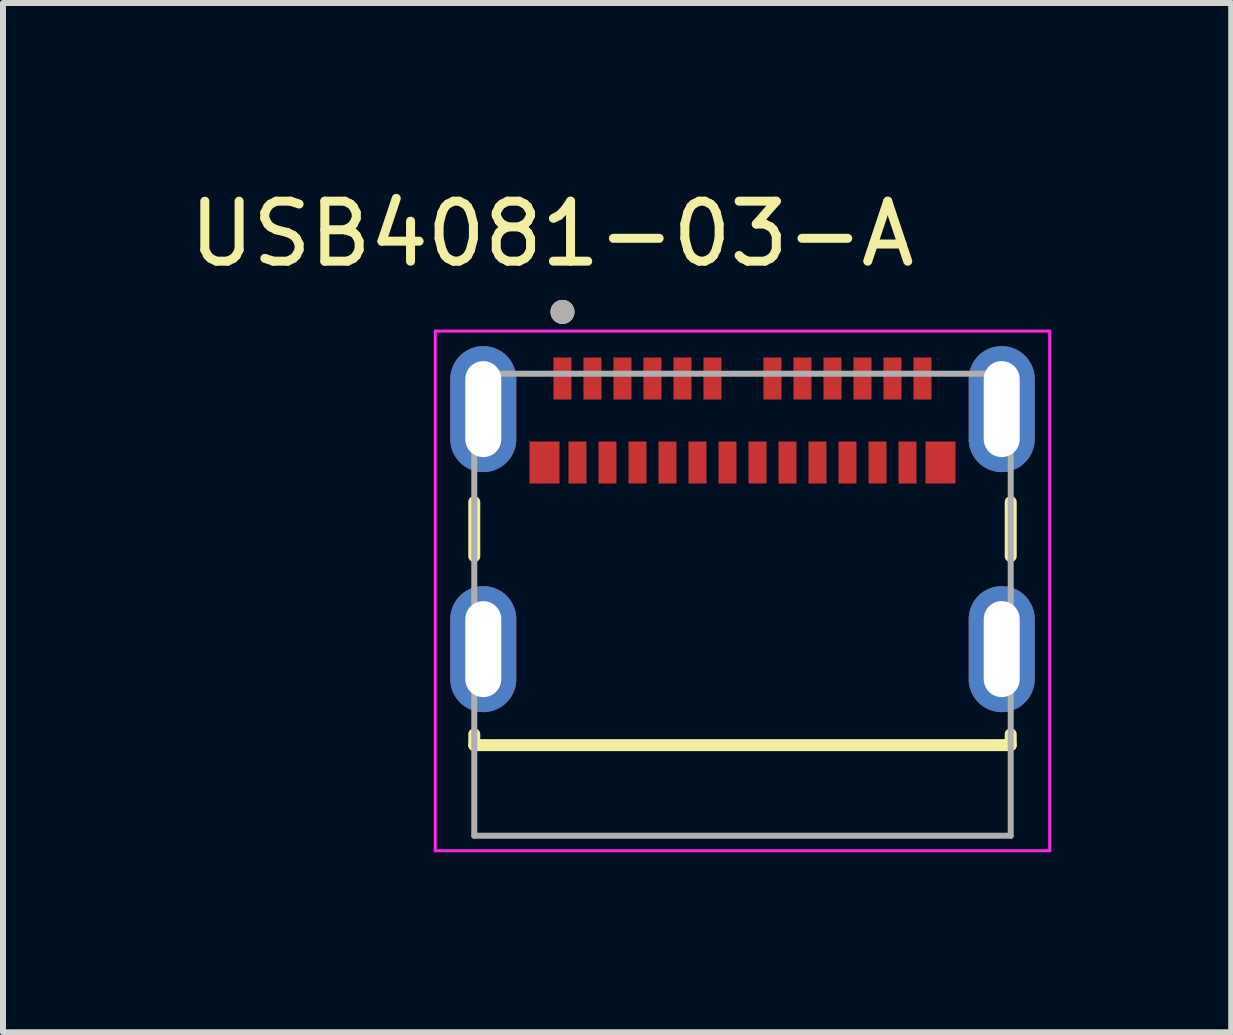
<source format=kicad_pcb>
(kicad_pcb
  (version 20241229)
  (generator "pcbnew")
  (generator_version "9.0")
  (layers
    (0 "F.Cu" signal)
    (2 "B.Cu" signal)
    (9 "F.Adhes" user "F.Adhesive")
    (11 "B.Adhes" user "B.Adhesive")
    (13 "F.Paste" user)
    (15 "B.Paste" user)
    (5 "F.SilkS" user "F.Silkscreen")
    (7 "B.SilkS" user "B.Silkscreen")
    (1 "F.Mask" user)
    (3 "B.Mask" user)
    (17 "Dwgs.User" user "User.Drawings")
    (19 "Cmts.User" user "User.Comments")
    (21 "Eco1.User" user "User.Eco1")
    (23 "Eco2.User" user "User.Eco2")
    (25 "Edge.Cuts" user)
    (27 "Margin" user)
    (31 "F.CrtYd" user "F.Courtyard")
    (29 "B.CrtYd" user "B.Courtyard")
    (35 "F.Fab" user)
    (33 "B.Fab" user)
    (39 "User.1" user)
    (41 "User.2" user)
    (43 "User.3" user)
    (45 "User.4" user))
  (footprint "USB4081-03-A"
    (layer "F.Cu")
    (at 9.324 7.198)
    (property "Reference" "USB4081-03-A" (at -3.175 -6.35 0) (layer "F.SilkS") (effects (font (size 1 1) (thickness 0.15))))
    (attr smd)
    (fp_line (start -4.47 -1.88) (end -4.47 -0.98) (stroke (width 0.2) (type solid)) (layer "F.SilkS"))
    (fp_line (start -4.47 2.17) (end -4.47 1.99) (stroke (width 0.2) (type solid)) (layer "F.SilkS"))
    (fp_line (start 4.47 -1.88) (end 4.47 -0.98) (stroke (width 0.2) (type solid)) (layer "F.SilkS"))
    (fp_line (start 4.47 2.17) (end -4.47 2.17) (stroke (width 0.2) (type solid)) (layer "F.SilkS"))
    (fp_line (start 4.47 2.17) (end 4.47 1.99) (stroke (width 0.2) (type solid)) (layer "F.SilkS"))
    (fp_circle (center -3 -5.05) (end -2.9 -5.05) (stroke (width 0.2) (type solid)) (fill no) (layer "F.SilkS"))
    (fp_line (start -5.12 -4.73) (end -5.12 3.93) (stroke (width 0.05) (type solid)) (layer "F.CrtYd"))
    (fp_line (start -5.12 3.93) (end 5.12 3.93) (stroke (width 0.05) (type solid)) (layer "F.CrtYd"))
    (fp_line (start 5.12 -4.73) (end -5.12 -4.73) (stroke (width 0.05) (type solid)) (layer "F.CrtYd"))
    (fp_line (start 5.12 3.93) (end 5.12 -4.73) (stroke (width 0.05) (type solid)) (layer "F.CrtYd"))
    (fp_line (start -4.47 -4.02) (end 4.47 -4.02) (stroke (width 0.1) (type solid)) (layer "F.Fab"))
    (fp_line (start -4.47 3.68) (end -4.47 -4.02) (stroke (width 0.1) (type solid)) (layer "F.Fab"))
    (fp_line (start 4.47 -4.02) (end 4.47 3.68) (stroke (width 0.1) (type solid)) (layer "F.Fab"))
    (fp_line (start 4.47 3.68) (end -4.47 3.68) (stroke (width 0.1) (type solid)) (layer "F.Fab"))
    (fp_circle (center -3 -5.05) (end -2.9 -5.05) (stroke (width 0.2) (type solid)) (fill no) (layer "F.Fab"))
    (pad "A1" smd rect (at -3 -3.94) (size 0.3 0.7) (layers "F.Cu" "F.Mask" "F.Paste"))
    (pad "A2" smd rect (at -2.5 -3.94) (size 0.3 0.7) (layers "F.Cu" "F.Mask" "F.Paste"))
    (pad "A3" smd rect (at -2 -3.94) (size 0.3 0.7) (layers "F.Cu" "F.Mask" "F.Paste"))
    (pad "A4" smd rect (at -1.5 -3.94) (size 0.3 0.7) (layers "F.Cu" "F.Mask" "F.Paste"))
    (pad "A5" smd rect (at -1 -3.94) (size 0.3 0.7) (layers "F.Cu" "F.Mask" "F.Paste"))
    (pad "A6" smd rect (at -0.5 -3.94) (size 0.3 0.7) (layers "F.Cu" "F.Mask" "F.Paste"))
    (pad "A7" smd rect (at 0.5 -3.94) (size 0.3 0.7) (layers "F.Cu" "F.Mask" "F.Paste"))
    (pad "A8" smd rect (at 1 -3.94) (size 0.3 0.7) (layers "F.Cu" "F.Mask" "F.Paste"))
    (pad "A9" smd rect (at 1.5 -3.94) (size 0.3 0.7) (layers "F.Cu" "F.Mask" "F.Paste"))
    (pad "A10" smd rect (at 2 -3.94) (size 0.3 0.7) (layers "F.Cu" "F.Mask" "F.Paste"))
    (pad "A11" smd rect (at 2.5 -3.94) (size 0.3 0.7) (layers "F.Cu" "F.Mask" "F.Paste"))
    (pad "A12" smd rect (at 3 -3.94) (size 0.3 0.7) (layers "F.Cu" "F.Mask" "F.Paste"))
    (pad "B1" smd rect (at 2.75 -2.54) (size 0.3 0.7) (layers "F.Cu" "F.Mask" "F.Paste"))
    (pad "B2" smd rect (at 2.25 -2.54) (size 0.3 0.7) (layers "F.Cu" "F.Mask" "F.Paste"))
    (pad "B3" smd rect (at 1.75 -2.54) (size 0.3 0.7) (layers "F.Cu" "F.Mask" "F.Paste"))
    (pad "B4" smd rect (at 1.25 -2.54) (size 0.3 0.7) (layers "F.Cu" "F.Mask" "F.Paste"))
    (pad "B5" smd rect (at 0.75 -2.54) (size 0.3 0.7) (layers "F.Cu" "F.Mask" "F.Paste"))
    (pad "B6" smd rect (at 0.25 -2.54) (size 0.3 0.7) (layers "F.Cu" "F.Mask" "F.Paste"))
    (pad "B7" smd rect (at -0.25 -2.54) (size 0.3 0.7) (layers "F.Cu" "F.Mask" "F.Paste"))
    (pad "B8" smd rect (at -0.75 -2.54) (size 0.3 0.7) (layers "F.Cu" "F.Mask" "F.Paste"))
    (pad "B9" smd rect (at -1.25 -2.54) (size 0.3 0.7) (layers "F.Cu" "F.Mask" "F.Paste"))
    (pad "B10" smd rect (at -1.75 -2.54) (size 0.3 0.7) (layers "F.Cu" "F.Mask" "F.Paste"))
    (pad "B11" smd rect (at -2.25 -2.54) (size 0.3 0.7) (layers "F.Cu" "F.Mask" "F.Paste"))
    (pad "B12" smd rect (at -2.75 -2.54) (size 0.3 0.7) (layers "F.Cu" "F.Mask" "F.Paste"))
    (pad "S1" thru_hole oval (at -4.32 0.57) (size 1.1 2.1) (drill oval 0.6 1.6) (layers "*.Cu" "*.Mask"))
    (pad "S2" thru_hole oval (at 4.32 0.57) (size 1.1 2.1) (drill oval 0.6 1.6) (layers "*.Cu" "*.Mask"))
    (pad "S3" thru_hole oval (at -4.32 -3.43) (size 1.1 2.1) (drill oval 0.6 1.6) (layers "*.Cu" "*.Mask"))
    (pad "S4" thru_hole oval (at 4.32 -3.43) (size 1.1 2.1) (drill oval 0.6 1.6) (layers "*.Cu" "*.Mask"))
    (pad "S5" smd rect (at -3.3 -2.54) (size 0.5 0.7) (layers "F.Cu" "F.Mask" "F.Paste"))
    (pad "S6" smd rect (at 3.3 -2.54) (size 0.5 0.7) (layers "F.Cu" "F.Mask" "F.Paste")))
  (gr_rect
    (start -3 -3)
    (end 17.469 14.153)
    (stroke (width 0.1) (type default))
    (fill no)
    (layer "Edge.Cuts")))
</source>
